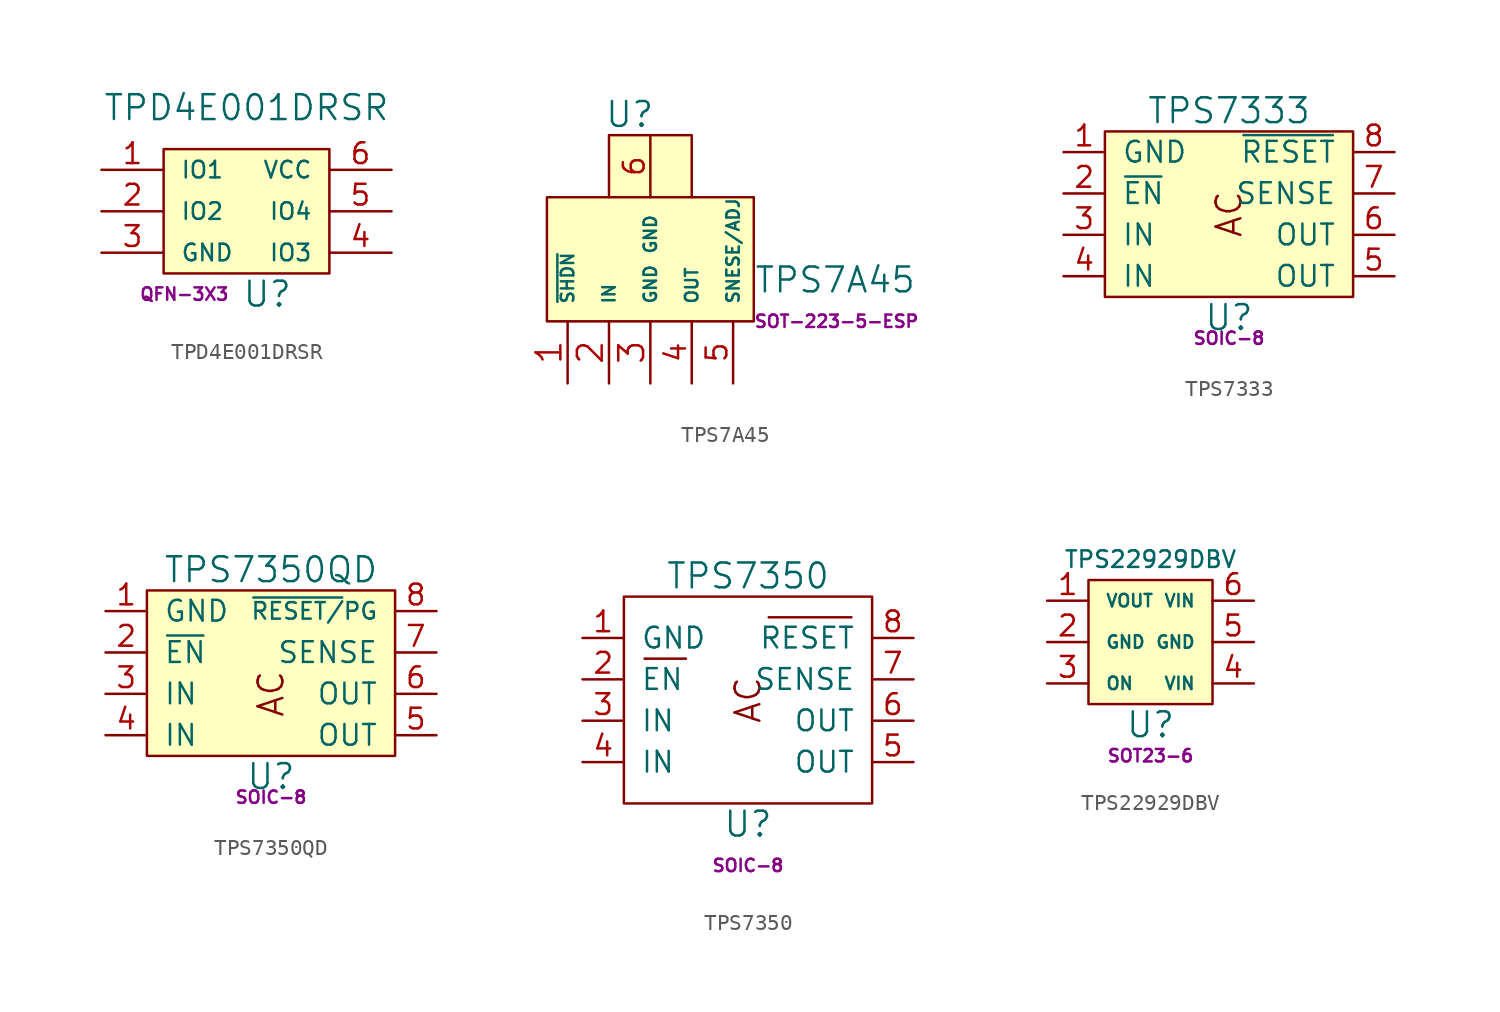
<source format=kicad_sym>
(kicad_symbol_lib
  (version 20220914)
  (generator kicad_symbol_editor)
  (symbol "TPD4E001DRSR"
    (pin_names
      (offset 1.016))
    (property "Reference" "U"
      (at 1.27 -5.08 0)
      (effects (font (size 1.524 1.524))))
    (property "Value" "TPD4E001DRSR"
      (at 0 6.35 0)
      (effects (font (size 1.524 1.524))))
    (property "Footprint" "QFN-3X3"
      (at -3.81 -5.08 0)
      (effects (font (size 0.762 0.762))))
    (property "Datasheet" ""
      (at 0 0 0)
      (effects (font (size 1.524 1.524))))
    (symbol "TPD4E001DRSR_0_1"
      (rectangle (start -5.08 3.81) (end 5.08 -3.81) (stroke (width 0) (type default)) (fill (type background))))
    (symbol "TPD4E001DRSR_1_1"
      (pin bidirectional line (at -8.89 2.54 0) (length 3.81) (name "IO1" (effects (font (size 1.016 1.016)))) (number "1" (effects (font (size 1.27 1.27)))))
      (pin bidirectional line (at -8.89 0 0) (length 3.81) (name "IO2" (effects (font (size 1.016 1.016)))) (number "2" (effects (font (size 1.27 1.27)))))
      (pin bidirectional line (at -8.89 -2.54 0) (length 3.81) (name "GND" (effects (font (size 1.016 1.016)))) (number "3" (effects (font (size 1.27 1.27)))))
      (pin bidirectional line (at 8.89 -2.54 180) (length 3.81) (name "IO3" (effects (font (size 1.016 1.016)))) (number "4" (effects (font (size 1.27 1.27)))))
      (pin bidirectional line (at 8.89 0 180) (length 3.81) (name "IO4" (effects (font (size 1.016 1.016)))) (number "5" (effects (font (size 1.27 1.27)))))
      (pin passive line (at 8.89 2.54 180) (length 3.81) (name "VCC" (effects (font (size 1.016 1.016)))) (number "6" (effects (font (size 1.27 1.27)))))))
  (symbol "TPS7A45"
    (pin_names
      (offset 1.016))
    (property "Reference" "U"
      (at -1.27 7.62 0)
      (effects (font (size 1.524 1.524))))
    (property "Value" "TPS7A45"
      (at 6.35 -2.54 0)
      (effects (font (size 1.524 1.524)) (justify left)))
    (property "Footprint" "SOT-223-5-ESP"
      (at 11.43 -5.08 0)
      (effects (font (size 0.762 0.762))))
    (property "Datasheet" ""
      (at 0 0 0)
      (effects (font (size 1.524 1.524))))
    (symbol "TPS7A45_0_1"
      (polyline (pts (xy -2.54 2.54) (xy -2.54 6.35) (xy 2.54 6.35) (xy 2.54 2.54) (xy 2.54 2.54)) (stroke (width 0) (type default)) (fill (type background)))
      (rectangle (start 6.35 -5.08) (end -6.35 2.54) (stroke (width 0) (type default)) (fill (type background))))
    (symbol "TPS7A45_1_1"
      (pin input line (at -5.08 -8.89 90) (length 3.81) (name "~{SHDN}" (effects (font (size 0.762 0.762)))) (number "1" (effects (font (size 1.524 1.524)))))
      (pin input line (at -2.54 -8.89 90) (length 3.81) (name "IN" (effects (font (size 0.762 0.762)))) (number "2" (effects (font (size 1.524 1.524)))))
      (pin power_out line (at 0 -8.89 90) (length 3.81) (name "GND" (effects (font (size 0.762 0.762)))) (number "3" (effects (font (size 1.524 1.524)))))
      (pin input line (at 2.54 -8.89 90) (length 3.81) (name "OUT" (effects (font (size 0.762 0.762)))) (number "4" (effects (font (size 1.27 1.27)))))
      (pin input line (at 5.08 -8.89 90) (length 3.81) (name "SNESE/ADJ" (effects (font (size 0.762 0.762)))) (number "5" (effects (font (size 1.27 1.27)))))
      (pin input line (at 0 6.35 270) (length 3.81) (name "GND" (effects (font (size 0.762 0.762)))) (number "6" (effects (font (size 1.27 1.27)))))))
  (symbol "TPS7333"
    (pin_names
      (offset 1.016))
    (property "Reference" "U"
      (at 0 -6.35 0)
      (effects (font (size 1.524 1.524))))
    (property "Value" "TPS7333"
      (at 0 6.35 0)
      (effects (font (size 1.524 1.524))))
    (property "Footprint" "SOIC-8"
      (at 0 -7.62 0)
      (effects (font (size 0.762 0.762))))
    (property "Datasheet" ""
      (at 0 0 0)
      (effects (font (size 1.524 1.524))))
    (symbol "TPS7333_0_0"
      (text "AC" (at 0 0 900) (effects (font (size 1.524 1.524)))))
    (symbol "TPS7333_0_1"
      (rectangle (start -7.62 5.08) (end 7.62 -5.08) (stroke (width 0) (type default)) (fill (type background))))
    (symbol "TPS7333_1_1"
      (pin input line (at -10.16 3.81 0) (length 2.54) (name "GND" (effects (font (size 1.27 1.27)))) (number "1" (effects (font (size 1.27 1.27)))))
      (pin passive line (at -10.16 1.27 0) (length 2.54) (name "~{EN}" (effects (font (size 1.27 1.27)))) (number "2" (effects (font (size 1.27 1.27)))))
      (pin input line (at -10.16 -1.27 0) (length 2.54) (name "IN" (effects (font (size 1.27 1.27)))) (number "3" (effects (font (size 1.27 1.27)))))
      (pin input line (at -10.16 -3.81 0) (length 2.54) (name "IN" (effects (font (size 1.27 1.27)))) (number "4" (effects (font (size 1.27 1.27)))))
      (pin input line (at 10.16 -3.81 180) (length 2.54) (name "OUT" (effects (font (size 1.27 1.27)))) (number "5" (effects (font (size 1.27 1.27)))))
      (pin input line (at 10.16 -1.27 180) (length 2.54) (name "OUT" (effects (font (size 1.27 1.27)))) (number "6" (effects (font (size 1.27 1.27)))))
      (pin input line (at 10.16 1.27 180) (length 2.54) (name "SENSE" (effects (font (size 1.27 1.27)))) (number "7" (effects (font (size 1.27 1.27)))))
      (pin input line (at 10.16 3.81 180) (length 2.54) (name "~{RESET}" (effects (font (size 1.27 1.27)))) (number "8" (effects (font (size 1.27 1.27)))))))
  (symbol "TPS7350QD"
    (pin_names
      (offset 1.016))
    (property "Reference" "U"
      (at 0 -6.35 0)
      (effects (font (size 1.524 1.524))))
    (property "Value" "TPS7350QD"
      (at 0 6.35 0)
      (effects (font (size 1.524 1.524))))
    (property "Footprint" "SOIC-8"
      (at 0 -7.62 0)
      (effects (font (size 0.762 0.762))))
    (property "Datasheet" ""
      (at 0 0 0)
      (effects (font (size 1.524 1.524))))
    (symbol "TPS7350QD_0_0"
      (text "AC" (at 0 -1.27 900) (effects (font (size 1.524 1.524)))))
    (symbol "TPS7350QD_0_1"
      (rectangle (start -7.62 5.08) (end 7.62 -5.08) (stroke (width 0) (type default)) (fill (type background))))
    (symbol "TPS7350QD_1_1"
      (pin input line (at -10.16 3.81 0) (length 2.54) (name "GND" (effects (font (size 1.27 1.27)))) (number "1" (effects (font (size 1.27 1.27)))))
      (pin passive line (at -10.16 1.27 0) (length 2.54) (name "~{EN}" (effects (font (size 1.27 1.27)))) (number "2" (effects (font (size 1.27 1.27)))))
      (pin input line (at -10.16 -1.27 0) (length 2.54) (name "IN" (effects (font (size 1.27 1.27)))) (number "3" (effects (font (size 1.27 1.27)))))
      (pin input line (at -10.16 -3.81 0) (length 2.54) (name "IN" (effects (font (size 1.27 1.27)))) (number "4" (effects (font (size 1.27 1.27)))))
      (pin input line (at 10.16 -3.81 180) (length 2.54) (name "OUT" (effects (font (size 1.27 1.27)))) (number "5" (effects (font (size 1.27 1.27)))))
      (pin input line (at 10.16 -1.27 180) (length 2.54) (name "OUT" (effects (font (size 1.27 1.27)))) (number "6" (effects (font (size 1.27 1.27)))))
      (pin input line (at 10.16 1.27 180) (length 2.54) (name "SENSE" (effects (font (size 1.27 1.27)))) (number "7" (effects (font (size 1.27 1.27)))))
      (pin input line (at 10.16 3.81 180) (length 2.54) (name "~{RESET/}PG" (effects (font (size 1.016 1.016)))) (number "8" (effects (font (size 1.27 1.27)))))))
  (symbol "TPS7350"
    (pin_names
      (offset 1.016))
    (property "Reference" "U"
      (at 0 -7.62 0)
      (effects (font (size 1.524 1.524))))
    (property "Value" "TPS7350"
      (at 0 7.62 0)
      (effects (font (size 1.524 1.524))))
    (property "Footprint" "SOIC-8"
      (at 0 -10.16 0)
      (effects (font (size 0.762 0.762))))
    (property "Datasheet" ""
      (at 0 0 0)
      (effects (font (size 1.524 1.524))))
    (symbol "TPS7350_0_0"
      (polyline (pts (xy 6.35 5.08) (xy 1.27 5.08) (xy 1.27 5.08)) (stroke (width 0) (type default)) (fill (type none)))
      (polyline (pts (xy -6.35 2.54) (xy -3.81 2.54) (xy -3.81 2.54) (xy -3.81 2.54)) (stroke (width 0) (type default)) (fill (type none)))
      (text "AC" (at 0 0 900) (effects (font (size 1.524 1.524)))))
    (symbol "TPS7350_0_1"
      (polyline (pts (xy -7.62 -6.35) (xy -7.62 6.35) (xy 7.62 6.35) (xy 7.62 -6.35) (xy -7.62 -6.35) (xy -7.62 -6.35)) (stroke (width 0) (type default)) (fill (type none))))
    (symbol "TPS7350_1_1"
      (pin input line (at -10.16 3.81 0) (length 2.54) (name "GND" (effects (font (size 1.27 1.27)))) (number "1" (effects (font (size 1.27 1.27)))))
      (pin bidirectional line (at -10.16 1.27 0) (length 2.54) (name "EN" (effects (font (size 1.27 1.27)))) (number "2" (effects (font (size 1.27 1.27)))))
      (pin input line (at -10.16 -1.27 0) (length 2.54) (name "IN" (effects (font (size 1.27 1.27)))) (number "3" (effects (font (size 1.27 1.27)))))
      (pin input line (at -10.16 -3.81 0) (length 2.54) (name "IN" (effects (font (size 1.27 1.27)))) (number "4" (effects (font (size 1.27 1.27)))))
      (pin input line (at 10.16 -3.81 180) (length 2.54) (name "OUT" (effects (font (size 1.27 1.27)))) (number "5" (effects (font (size 1.27 1.27)))))
      (pin input line (at 10.16 -1.27 180) (length 2.54) (name "OUT" (effects (font (size 1.27 1.27)))) (number "6" (effects (font (size 1.27 1.27)))))
      (pin input line (at 10.16 1.27 180) (length 2.54) (name "SENSE" (effects (font (size 1.27 1.27)))) (number "7" (effects (font (size 1.27 1.27)))))
      (pin input line (at 10.16 3.81 180) (length 2.54) (name "RESET" (effects (font (size 1.27 1.27)))) (number "8" (effects (font (size 1.27 1.27)))))))
  (symbol "TPS22929DBV"
    (pin_names
      (offset 1.016))
    (property "Reference" "U"
      (at 0 -5.08 0)
      (effects (font (size 1.524 1.524))))
    (property "Value" "TPS22929DBV"
      (at 0 5.08 0)
      (effects (font (size 1.016 1.016))))
    (property "Footprint" "SOT23-6"
      (at 0 -6.985 0)
      (effects (font (size 0.762 0.762))))
    (property "Datasheet" ""
      (at 0 0 0)
      (effects (font (size 1.524 1.524))))
    (symbol "TPS22929DBV_0_1"
      (rectangle (start -3.81 3.81) (end 3.81 -3.81) (stroke (width 0) (type default)) (fill (type background))))
    (symbol "TPS22929DBV_1_1"
      (pin bidirectional line (at -6.35 2.54 0) (length 2.54) (name "VOUT" (effects (font (size 0.762 0.762)))) (number "1" (effects (font (size 1.27 1.27)))))
      (pin bidirectional line (at -6.35 0 0) (length 2.54) (name "GND" (effects (font (size 0.762 0.762)))) (number "2" (effects (font (size 1.27 1.27)))))
      (pin bidirectional line (at -6.35 -2.54 0) (length 2.54) (name "ON" (effects (font (size 0.762 0.762)))) (number "3" (effects (font (size 1.27 1.27)))))
      (pin bidirectional line (at 6.35 -2.54 180) (length 2.54) (name "VIN" (effects (font (size 0.762 0.762)))) (number "4" (effects (font (size 1.27 1.27)))))
      (pin bidirectional line (at 6.35 0 180) (length 2.54) (name "GND" (effects (font (size 0.762 0.762)))) (number "5" (effects (font (size 1.27 1.27)))))
      (pin bidirectional line (at 6.35 2.54 180) (length 2.54) (name "VIN" (effects (font (size 0.762 0.762)))) (number "6" (effects (font (size 1.27 1.27))))))))
</source>
